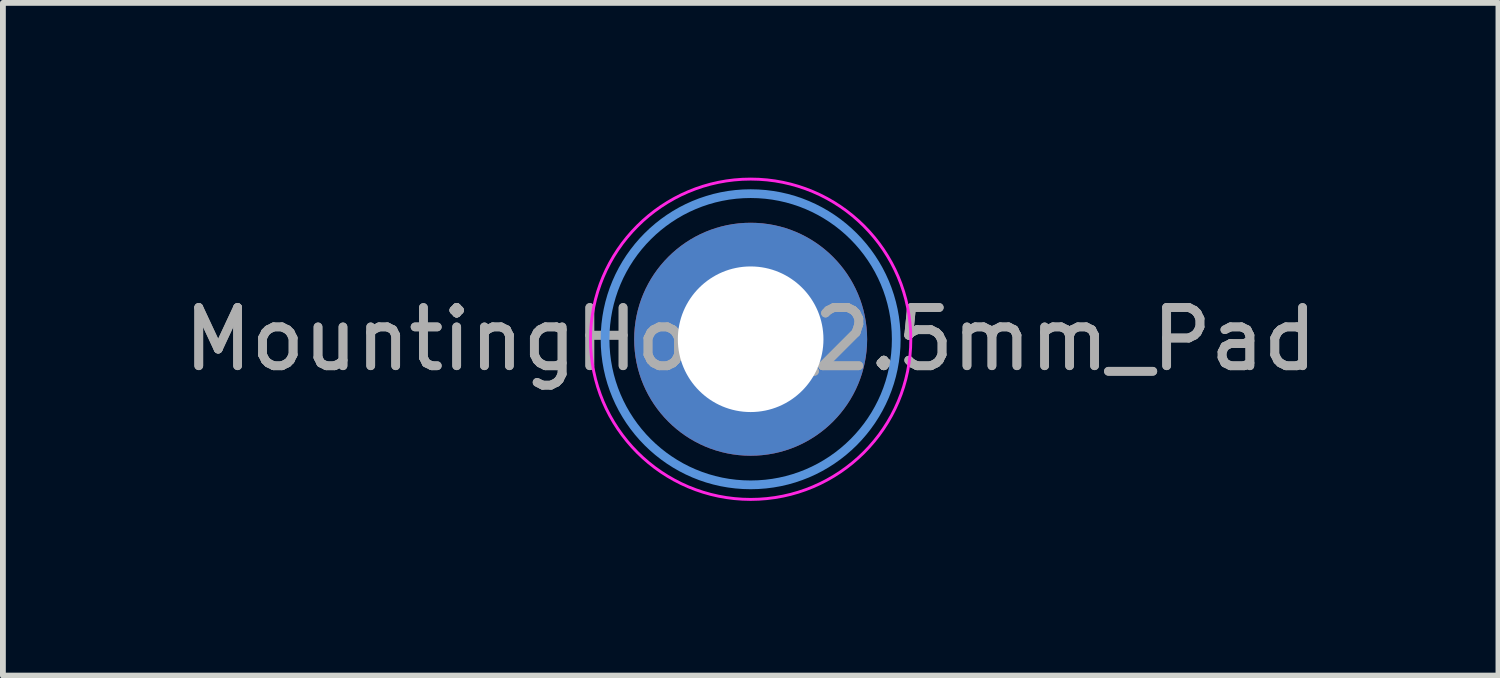
<source format=kicad_pcb>
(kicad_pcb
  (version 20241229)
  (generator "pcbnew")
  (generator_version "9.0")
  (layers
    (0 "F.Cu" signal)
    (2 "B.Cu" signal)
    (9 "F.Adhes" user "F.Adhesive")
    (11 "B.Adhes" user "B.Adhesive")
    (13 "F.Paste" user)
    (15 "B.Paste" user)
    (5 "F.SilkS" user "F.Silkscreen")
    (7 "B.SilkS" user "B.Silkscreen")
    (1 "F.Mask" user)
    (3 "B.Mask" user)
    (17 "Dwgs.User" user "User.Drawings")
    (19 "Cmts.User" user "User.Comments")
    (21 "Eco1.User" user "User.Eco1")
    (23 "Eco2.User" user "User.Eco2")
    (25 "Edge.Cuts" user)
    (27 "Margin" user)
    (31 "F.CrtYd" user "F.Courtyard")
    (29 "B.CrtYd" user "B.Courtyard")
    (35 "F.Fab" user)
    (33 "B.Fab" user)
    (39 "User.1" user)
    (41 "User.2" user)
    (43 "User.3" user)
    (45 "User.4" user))
  (footprint "MountingHole_2.5mm_Pad"
    (layer "F.Cu")
    (at 9.839 2.775)
    (property "Reference" "MountingHole_2.5mm_Pad" (at 0 0 0) (layer "F.Fab") (effects (font (size 1 1) (thickness 0.15))))
    (attr exclude_from_pos_files)
    (fp_circle (center 0 0) (end 2.5 0) (stroke (width 0.15) (type solid)) (fill no) (layer "Cmts.User"))
    (fp_circle (center 0 0) (end 2.75 0) (stroke (width 0.05) (type solid)) (fill no) (layer "F.CrtYd"))
    (fp_text user "${REFERENCE}" (at 0 0 0) (layer "F.Fab") (effects (font (size 1 1) (thickness 0.15))))
    (pad "1" thru_hole circle (at 0 0) (size 4 4) (drill 2.5) (layers "*.Cu" "*.Mask")))
  (gr_rect
    (start -3 -3)
    (end 22.679 8.55)
    (stroke (width 0.1) (type default))
    (fill no)
    (layer "Edge.Cuts")))
</source>
